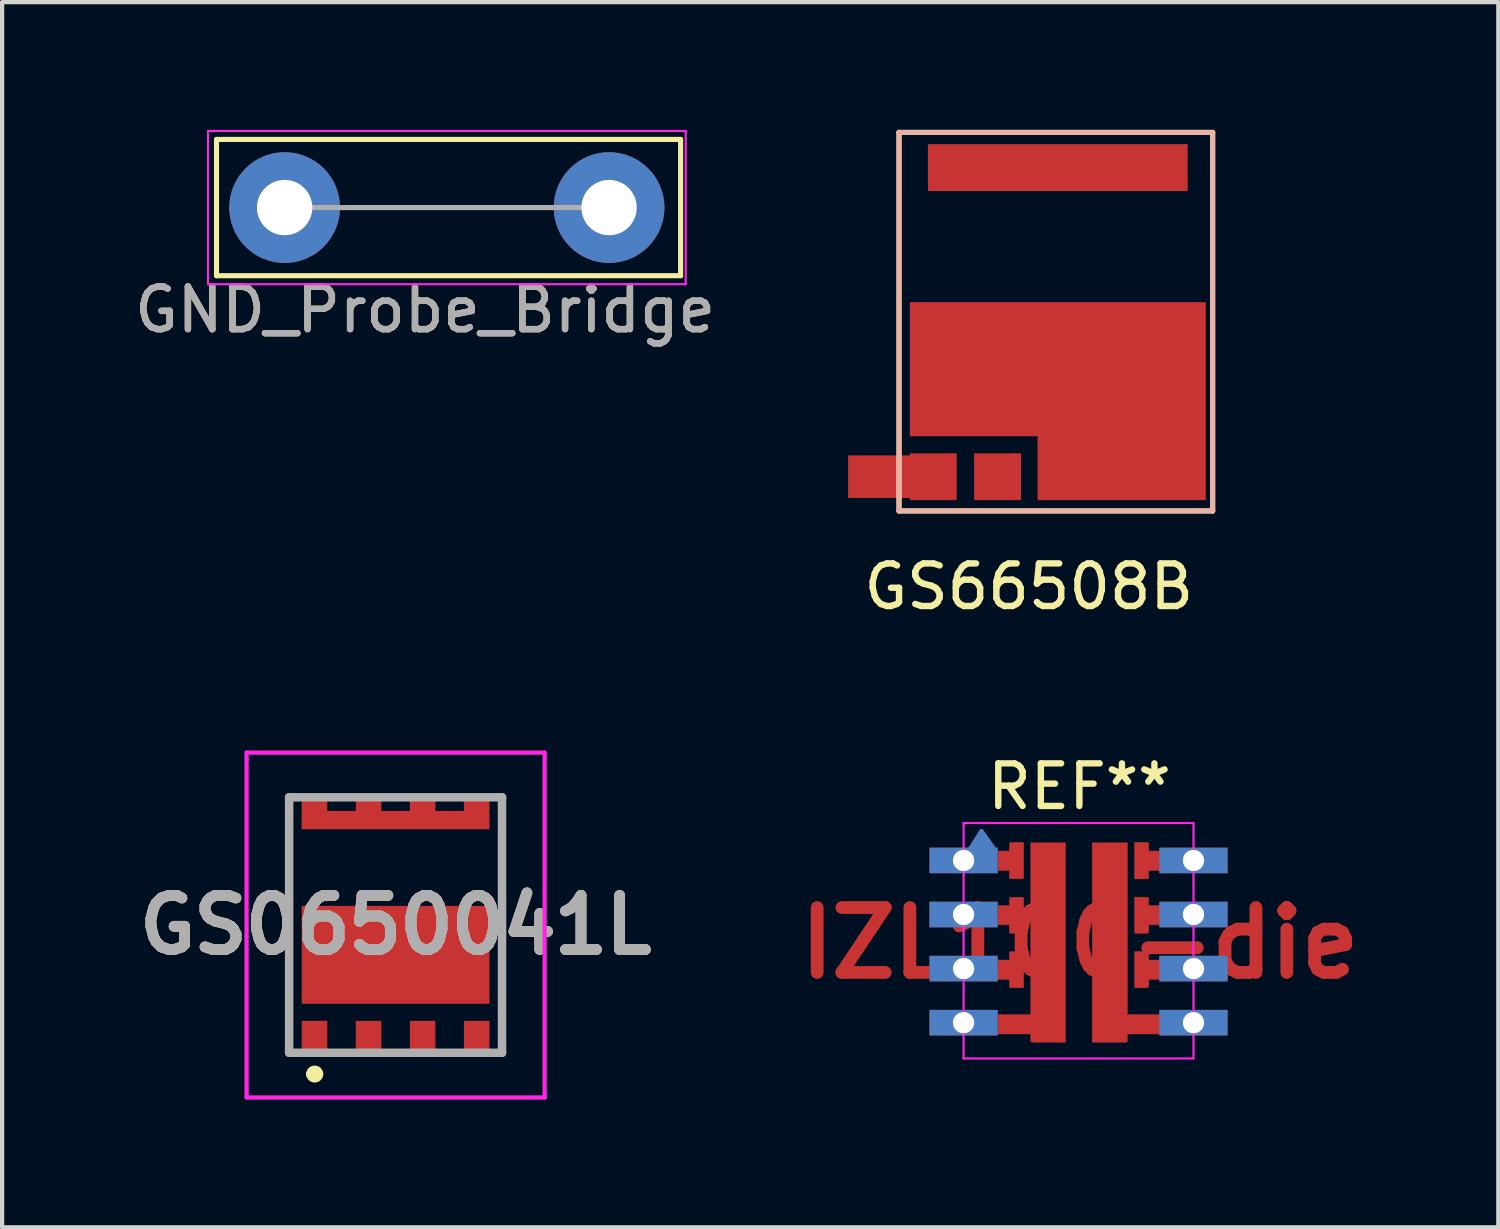
<source format=kicad_pcb>
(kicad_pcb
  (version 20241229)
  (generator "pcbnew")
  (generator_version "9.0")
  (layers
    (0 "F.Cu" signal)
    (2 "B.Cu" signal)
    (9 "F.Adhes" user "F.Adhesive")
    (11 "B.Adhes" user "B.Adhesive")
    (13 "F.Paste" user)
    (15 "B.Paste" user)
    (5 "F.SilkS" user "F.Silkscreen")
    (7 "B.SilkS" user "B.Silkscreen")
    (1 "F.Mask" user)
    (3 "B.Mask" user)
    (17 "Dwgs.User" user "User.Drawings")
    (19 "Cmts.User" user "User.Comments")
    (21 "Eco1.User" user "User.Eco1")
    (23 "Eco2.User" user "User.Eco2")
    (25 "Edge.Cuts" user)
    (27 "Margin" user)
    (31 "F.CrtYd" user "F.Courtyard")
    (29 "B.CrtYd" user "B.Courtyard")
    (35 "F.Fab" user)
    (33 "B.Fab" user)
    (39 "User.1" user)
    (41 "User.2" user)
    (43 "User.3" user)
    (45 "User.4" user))
  (footprint "GS0650041L"
    (layer "F.Cu")
    (at 6.241 18.676)
    (property "Reference" "GS0650041L" (at 0 0 0) (layer "F.SilkS") (effects (font (size 1.27 1.27) (thickness 0.254))))
    (attr smd)
    (fp_poly (pts (xy -1.61 -2.63) (xy 2.132 -2.63) (xy 2.131 -2.33) (xy -2.151 -2.33) (xy -2.15 -2.63)) (stroke (width 0.1) (type solid)) (fill yes) (layer "F.Cu"))
    (fp_poly (pts (xy -2.14 -2.71) (xy 2.18 -2.71) (xy 2.18 -2.31) (xy -2.14 -2.31)) (stroke (width 0.1) (type solid)) (fill yes) (layer "F.Mask"))
    (fp_line (start -2.5 -3) (end -2.5 3) (stroke (width 0.1) (type solid)) (layer "F.SilkS"))
    (fp_line (start -2 3.5) (end -2 3.5) (stroke (width 0.2) (type solid)) (layer "F.SilkS"))
    (fp_line (start -1.8 3.5) (end -1.8 3.5) (stroke (width 0.2) (type solid)) (layer "F.SilkS"))
    (fp_line (start 2.5 -3) (end 2.5 3) (stroke (width 0.1) (type solid)) (layer "F.SilkS"))
    (fp_arc (start -2 3.5) (mid -1.9 3.4) (end -1.8 3.5) (stroke (width 0.2) (type solid)) (layer "F.SilkS"))
    (fp_arc (start -1.8 3.5) (mid -1.9 3.6) (end -2 3.5) (stroke (width 0.2) (type solid)) (layer "F.SilkS"))
    (fp_line (start -3.5 -4.05) (end 3.5 -4.05) (stroke (width 0.1) (type solid)) (layer "F.CrtYd"))
    (fp_line (start -3.5 4.05) (end -3.5 -4.05) (stroke (width 0.1) (type solid)) (layer "F.CrtYd"))
    (fp_line (start 3.5 -4.05) (end 3.5 4.05) (stroke (width 0.1) (type solid)) (layer "F.CrtYd"))
    (fp_line (start 3.5 4.05) (end -3.5 4.05) (stroke (width 0.1) (type solid)) (layer "F.CrtYd"))
    (fp_line (start -2.5 -3) (end 2.5 -3) (stroke (width 0.2) (type solid)) (layer "F.Fab"))
    (fp_line (start -2.5 3) (end -2.5 -3) (stroke (width 0.2) (type solid)) (layer "F.Fab"))
    (fp_line (start 2.5 -3) (end 2.5 3) (stroke (width 0.2) (type solid)) (layer "F.Fab"))
    (fp_line (start 2.5 3) (end -2.5 3) (stroke (width 0.2) (type solid)) (layer "F.Fab"))
    (fp_text user "${REFERENCE}" (at 0 0 0) (layer "F.Fab") (effects (font (size 1.27 1.27) (thickness 0.254))))
    (pad "1" smd rect (at -1.905 2.65) (size 0.6 0.8) (layers "F.Cu" "F.Mask" "F.Paste"))
    (pad "2" smd rect (at -0.635 2.65) (size 0.6 0.8) (layers "F.Cu" "F.Mask" "F.Paste"))
    (pad "3" smd rect (at 0.635 2.65) (size 0.6 0.8) (layers "F.Cu" "F.Mask" "F.Paste"))
    (pad "4" smd rect (at 1.905 2.65) (size 0.6 0.8) (layers "F.Cu" "F.Mask" "F.Paste"))
    (pad "5" smd rect (at -1.905 -2.85 90) (size 0.4 0.6) (layers "F.Cu" "F.Mask" "F.Paste"))
    (pad "5" smd rect (at -0.635 -2.85 90) (size 0.4 0.6) (layers "F.Cu" "F.Mask" "F.Paste"))
    (pad "5" smd rect (at 0 -2.45 90) (size 0.4 4.41) (layers "F.Cu" "F.Mask" "F.Paste"))
    (pad "5" smd rect (at 0.635 -2.85 90) (size 0.4 0.6) (layers "F.Cu" "F.Mask" "F.Paste"))
    (pad "5" smd rect (at 1.905 -2.85 90) (size 0.4 0.6) (layers "F.Cu" "F.Mask" "F.Paste"))
    (pad "6" smd rect (at 0 0.7 90) (size 2.3 4.41) (layers "F.Cu" "F.Mask" "F.Paste")))
  (footprint "GND_Probe_Bridge"
    (layer "F.Cu")
    (at 3.635 1.825)
    (property "Reference" "GND_Probe_Bridge" (at 3.3 2.4 0) (layer "F.SilkS") (effects (font (size 1 1) (thickness 0.15))))
    (attr through_hole)
    (fp_line (start -1.6 -1.6) (end 9.3 -1.6) (stroke (width 0.12) (type solid)) (layer "F.SilkS"))
    (fp_line (start -1.6 1.6) (end -1.6 -1.6) (stroke (width 0.12) (type solid)) (layer "F.SilkS"))
    (fp_line (start 9.3 -1.6) (end 9.3 1.6) (stroke (width 0.12) (type solid)) (layer "F.SilkS"))
    (fp_line (start 9.3 1.6) (end -1.6 1.6) (stroke (width 0.12) (type solid)) (layer "F.SilkS"))
    (fp_line (start -1.8 -1.8) (end -1.8 1.8) (stroke (width 0.05) (type solid)) (layer "F.CrtYd"))
    (fp_line (start -1.8 -1.8) (end 9.42 -1.8) (stroke (width 0.05) (type solid)) (layer "F.CrtYd"))
    (fp_line (start 9.42 1.8) (end -1.8 1.8) (stroke (width 0.05) (type solid)) (layer "F.CrtYd"))
    (fp_line (start 9.42 1.8) (end 9.42 -1.8) (stroke (width 0.05) (type solid)) (layer "F.CrtYd"))
    (fp_line (start 7.62 0) (end 0 0) (stroke (width 0.12) (type solid)) (layer "F.Fab"))
    (fp_text user "${REFERENCE}" (at 3.3 2.4 0) (layer "F.Fab") (effects (font (size 1 1) (thickness 0.15))))
    (pad "1" thru_hole circle (at 0 0) (size 2.6 2.6) (drill 1.3) (layers "*.Cu" "*.Mask"))
    (pad "1" thru_hole circle (at 7.62 0) (size 2.6 2.6) (drill 1.3) (layers "*.Cu" "*.Mask")))
  (footprint "IZL100-die"
    (layer "F.Cu")
    (at 22.311 19.099)
    (property "Reference" "IZL100-die" (at 0 0 0) (layer "F.Cu") (effects (font (size 1.524 1.524) (thickness 0.3))))
    (attr through_hole)
    (fp_poly (pts (xy -0.336 2.33) (xy -0.73 2.329) (xy -0.789 2.329) (xy -0.845 2.329) (xy -0.899 2.329) (xy -0.948 2.328) (xy -0.994 2.328) (xy -1.034 2.328) (xy -1.068 2.328) (xy -1.096 2.327) (xy -1.117 2.327) (xy -1.13 2.327) (xy -1.134 2.327) (xy -1.143 2.321) (xy -1.149 2.313) (xy -1.15 2.305) (xy -1.151 2.29) (xy -1.152 2.269) (xy -1.153 2.244) (xy -1.153 2.219) (xy -1.153 2.136) (xy -1.92 2.136) (xy -1.92 1.68) (xy -1.153 1.68) (xy -1.153 -2.355) (xy -0.336 -2.355) (xy -0.336 2.33)) (stroke (width 0.01) (type solid)) (fill yes) (layer "F.Cu"))
    (fp_poly (pts (xy 1.117 1.68) (xy 1.88 1.68) (xy 1.88 2.136) (xy 1.117 2.136) (xy 1.117 2.216) (xy 1.117 2.25) (xy 1.116 2.277) (xy 1.115 2.296) (xy 1.112 2.31) (xy 1.108 2.318) (xy 1.103 2.324) (xy 1.095 2.327) (xy 1.094 2.327) (xy 1.087 2.327) (xy 1.073 2.328) (xy 1.05 2.328) (xy 1.02 2.329) (xy 0.985 2.329) (xy 0.943 2.329) (xy 0.897 2.329) (xy 0.846 2.33) (xy 0.792 2.33) (xy 0.734 2.33) (xy 0.686 2.33) (xy 0.291 2.33) (xy 0.291 -2.355) (xy 1.117 -2.355) (xy 1.117 1.68)) (stroke (width 0.01) (type solid)) (fill yes) (layer "F.Cu"))
    (fp_poly (pts (xy 1.484 -2.364) (xy 1.518 -2.364) (xy 1.545 -2.364) (xy 1.565 -2.363) (xy 1.581 -2.363) (xy 1.591 -2.362) (xy 1.599 -2.361) (xy 1.604 -2.359) (xy 1.607 -2.357) (xy 1.609 -2.355) (xy 1.612 -2.351) (xy 1.615 -2.347) (xy 1.616 -2.34) (xy 1.617 -2.329) (xy 1.618 -2.314) (xy 1.618 -2.292) (xy 1.618 -2.263) (xy 1.618 -2.253) (xy 1.618 -2.161) (xy 1.88 -2.161) (xy 1.88 -1.705) (xy 1.618 -1.705) (xy 1.618 -1.615) (xy 1.618 -1.584) (xy 1.618 -1.561) (xy 1.617 -1.544) (xy 1.616 -1.532) (xy 1.615 -1.525) (xy 1.613 -1.52) (xy 1.61 -1.516) (xy 1.609 -1.515) (xy 1.607 -1.513) (xy 1.603 -1.511) (xy 1.598 -1.51) (xy 1.59 -1.508) (xy 1.578 -1.508) (xy 1.562 -1.507) (xy 1.541 -1.507) (xy 1.513 -1.507) (xy 1.478 -1.506) (xy 1.442 -1.506) (xy 1.284 -1.506) (xy 1.284 -2.364) (xy 1.442 -2.364) (xy 1.484 -2.364)) (stroke (width 0.01) (type solid)) (fill yes) (layer "F.Cu"))
    (fp_poly (pts (xy -1.4 0.2) (xy -1.373 0.2) (xy -1.352 0.201) (xy -1.337 0.202) (xy -1.33 0.202) (xy -1.32 0.205) (xy -1.32 1.047) (xy -1.33 1.05) (xy -1.337 1.05) (xy -1.351 1.051) (xy -1.372 1.051) (xy -1.398 1.052) (xy -1.428 1.052) (xy -1.459 1.052) (xy -1.492 1.052) (xy -1.525 1.052) (xy -1.555 1.051) (xy -1.583 1.051) (xy -1.606 1.051) (xy -1.623 1.05) (xy -1.633 1.05) (xy -1.635 1.049) (xy -1.644 1.044) (xy -1.649 1.036) (xy -1.651 1.028) (xy -1.652 1.013) (xy -1.653 0.992) (xy -1.654 0.967) (xy -1.654 0.939) (xy -1.654 0.854) (xy -1.92 0.854) (xy -1.92 0.398) (xy -1.654 0.398) (xy -1.654 0.314) (xy -1.654 0.286) (xy -1.653 0.261) (xy -1.653 0.241) (xy -1.652 0.226) (xy -1.651 0.219) (xy -1.644 0.209) (xy -1.632 0.204) (xy -1.623 0.203) (xy -1.607 0.202) (xy -1.585 0.201) (xy -1.558 0.201) (xy -1.528 0.2) (xy -1.495 0.2) (xy -1.462 0.2) (xy -1.43 0.2) (xy -1.4 0.2)) (stroke (width 0.01) (type solid)) (fill yes) (layer "F.Cu"))
    (fp_poly (pts (xy -1.395 -2.363) (xy -1.369 -2.363) (xy -1.35 -2.363) (xy -1.338 -2.362) (xy -1.334 -2.362) (xy -1.32 -2.359) (xy -1.32 -1.512) (xy -1.33 -1.509) (xy -1.337 -1.509) (xy -1.351 -1.508) (xy -1.372 -1.508) (xy -1.398 -1.507) (xy -1.428 -1.507) (xy -1.459 -1.507) (xy -1.492 -1.507) (xy -1.525 -1.507) (xy -1.555 -1.508) (xy -1.583 -1.508) (xy -1.606 -1.508) (xy -1.623 -1.509) (xy -1.633 -1.509) (xy -1.635 -1.51) (xy -1.644 -1.515) (xy -1.649 -1.523) (xy -1.651 -1.531) (xy -1.652 -1.546) (xy -1.653 -1.567) (xy -1.654 -1.592) (xy -1.654 -1.62) (xy -1.654 -1.705) (xy -1.92 -1.705) (xy -1.92 -2.161) (xy -1.654 -2.161) (xy -1.653 -2.255) (xy -1.652 -2.29) (xy -1.651 -2.316) (xy -1.65 -2.335) (xy -1.649 -2.348) (xy -1.647 -2.354) (xy -1.646 -2.356) (xy -1.642 -2.358) (xy -1.634 -2.359) (xy -1.62 -2.36) (xy -1.601 -2.361) (xy -1.575 -2.362) (xy -1.542 -2.362) (xy -1.501 -2.363) (xy -1.494 -2.363) (xy -1.458 -2.363) (xy -1.425 -2.363) (xy -1.395 -2.363)) (stroke (width 0.01) (type solid)) (fill yes) (layer "F.Cu"))
    (fp_poly (pts (xy 1.43 0.2) (xy 1.475 0.2) (xy 1.512 0.2) (xy 1.541 0.201) (xy 1.564 0.202) (xy 1.582 0.203) (xy 1.594 0.206) (xy 1.603 0.209) (xy 1.609 0.213) (xy 1.613 0.217) (xy 1.614 0.22) (xy 1.615 0.228) (xy 1.617 0.244) (xy 1.617 0.265) (xy 1.618 0.29) (xy 1.618 0.315) (xy 1.618 0.398) (xy 1.88 0.398) (xy 1.88 0.854) (xy 1.618 0.854) (xy 1.618 0.935) (xy 1.618 0.97) (xy 1.617 0.997) (xy 1.615 1.017) (xy 1.612 1.031) (xy 1.608 1.04) (xy 1.602 1.046) (xy 1.594 1.049) (xy 1.591 1.05) (xy 1.583 1.05) (xy 1.568 1.051) (xy 1.546 1.051) (xy 1.52 1.052) (xy 1.491 1.052) (xy 1.459 1.052) (xy 1.427 1.052) (xy 1.395 1.052) (xy 1.365 1.052) (xy 1.338 1.051) (xy 1.316 1.051) (xy 1.3 1.05) (xy 1.291 1.05) (xy 1.29 1.05) (xy 1.289 1.047) (xy 1.288 1.042) (xy 1.287 1.032) (xy 1.287 1.017) (xy 1.286 0.998) (xy 1.286 0.973) (xy 1.285 0.942) (xy 1.285 0.904) (xy 1.285 0.86) (xy 1.284 0.808) (xy 1.284 0.749) (xy 1.284 0.681) (xy 1.284 0.623) (xy 1.284 0.2) (xy 1.43 0.2)) (stroke (width 0.01) (type solid)) (fill yes) (layer "F.Cu"))
    (fp_poly (pts (xy 1.469 -1.078) (xy 1.503 -1.077) (xy 1.533 -1.077) (xy 1.559 -1.077) (xy 1.579 -1.076) (xy 1.591 -1.075) (xy 1.595 -1.075) (xy 1.602 -1.072) (xy 1.608 -1.068) (xy 1.612 -1.06) (xy 1.615 -1.047) (xy 1.617 -1.03) (xy 1.618 -1.005) (xy 1.618 -0.973) (xy 1.618 -0.962) (xy 1.618 -0.879) (xy 1.88 -0.879) (xy 1.88 -0.428) (xy 1.618 -0.428) (xy 1.618 -0.345) (xy 1.618 -0.31) (xy 1.617 -0.284) (xy 1.616 -0.264) (xy 1.613 -0.25) (xy 1.609 -0.241) (xy 1.604 -0.236) (xy 1.597 -0.233) (xy 1.595 -0.232) (xy 1.587 -0.231) (xy 1.572 -0.231) (xy 1.55 -0.23) (xy 1.524 -0.23) (xy 1.495 -0.23) (xy 1.463 -0.23) (xy 1.43 -0.23) (xy 1.398 -0.23) (xy 1.368 -0.23) (xy 1.341 -0.23) (xy 1.318 -0.231) (xy 1.301 -0.231) (xy 1.292 -0.232) (xy 1.29 -0.232) (xy 1.289 -0.234) (xy 1.288 -0.24) (xy 1.287 -0.25) (xy 1.287 -0.265) (xy 1.286 -0.284) (xy 1.286 -0.309) (xy 1.285 -0.34) (xy 1.285 -0.378) (xy 1.285 -0.422) (xy 1.284 -0.474) (xy 1.284 -0.533) (xy 1.284 -0.601) (xy 1.284 -0.656) (xy 1.284 -1.078) (xy 1.433 -1.078) (xy 1.469 -1.078)) (stroke (width 0.01) (type solid)) (fill yes) (layer "F.Cu"))
    (fp_poly (pts (xy -1.39 -1.077) (xy -1.365 -1.077) (xy -1.346 -1.076) (xy -1.333 -1.076) (xy -1.33 -1.076) (xy -1.32 -1.073) (xy -1.32 -0.654) (xy -1.32 -0.582) (xy -1.32 -0.52) (xy -1.32 -0.465) (xy -1.32 -0.417) (xy -1.32 -0.376) (xy -1.32 -0.342) (xy -1.321 -0.314) (xy -1.321 -0.291) (xy -1.322 -0.272) (xy -1.322 -0.258) (xy -1.323 -0.248) (xy -1.324 -0.24) (xy -1.325 -0.236) (xy -1.326 -0.233) (xy -1.327 -0.232) (xy -1.333 -0.231) (xy -1.347 -0.231) (xy -1.367 -0.23) (xy -1.392 -0.23) (xy -1.421 -0.23) (xy -1.453 -0.23) (xy -1.486 -0.23) (xy -1.518 -0.23) (xy -1.55 -0.23) (xy -1.578 -0.23) (xy -1.603 -0.231) (xy -1.622 -0.231) (xy -1.635 -0.232) (xy -1.639 -0.232) (xy -1.647 -0.238) (xy -1.651 -0.244) (xy -1.652 -0.252) (xy -1.653 -0.267) (xy -1.653 -0.287) (xy -1.654 -0.312) (xy -1.654 -0.34) (xy -1.654 -0.341) (xy -1.654 -0.428) (xy -1.92 -0.428) (xy -1.92 -0.879) (xy -1.654 -0.879) (xy -1.653 -0.971) (xy -1.652 -1.006) (xy -1.651 -1.031) (xy -1.65 -1.05) (xy -1.648 -1.062) (xy -1.646 -1.069) (xy -1.646 -1.07) (xy -1.642 -1.071) (xy -1.634 -1.073) (xy -1.621 -1.074) (xy -1.602 -1.075) (xy -1.576 -1.076) (xy -1.543 -1.076) (xy -1.502 -1.077) (xy -1.49 -1.077) (xy -1.454 -1.077) (xy -1.42 -1.077) (xy -1.39 -1.077)) (stroke (width 0.01) (type solid)) (fill yes) (layer "F.Cu"))
    (fp_poly (pts (xy -2.57 -2.22) (xy -2.31 -2.63) (xy -2.02 -2.22)) (stroke (width 0.1) (type solid)) (fill yes) (layer "B.Cu"))
    (fp_line (start -2.73 -2.82) (end 2.67 -2.82) (stroke (width 0.05) (type solid)) (layer "F.CrtYd"))
    (fp_line (start -2.73 2.71) (end -2.73 -2.82) (stroke (width 0.05) (type solid)) (layer "F.CrtYd"))
    (fp_line (start -2.73 2.71) (end 2.67 2.71) (stroke (width 0.05) (type solid)) (layer "F.CrtYd"))
    (fp_line (start 2.67 2.71) (end 2.67 -2.82) (stroke (width 0.05) (type solid)) (layer "F.CrtYd"))
    (fp_text user "REF**" (at -0.01 -3.675 0) (layer "F.SilkS") (effects (font (size 1 1) (thickness 0.15))))
    (pad "1" thru_hole rect (at -2.73 -1.94) (size 1.6 0.6) (drill 0.5) (layers "*.Cu" "*.Mask"))
    (pad "2" thru_hole rect (at -2.73 -0.67) (size 1.6 0.6) (drill 0.5) (layers "*.Cu" "*.Mask"))
    (pad "3" thru_hole rect (at -2.73 0.6) (size 1.6 0.6) (drill 0.5) (layers "*.Cu" "*.Mask"))
    (pad "4" thru_hole rect (at -2.73 1.87) (size 1.6 0.6) (drill 0.5) (layers "*.Cu" "*.Mask"))
    (pad "5" thru_hole rect (at 2.67 1.87) (size 1.6 0.6) (drill 0.5) (layers "*.Cu" "*.Mask"))
    (pad "6" thru_hole rect (at 2.67 0.6) (size 1.6 0.6) (drill 0.5) (layers "*.Cu" "*.Mask"))
    (pad "7" thru_hole rect (at 2.67 -0.67) (size 1.6 0.6) (drill 0.5) (layers "*.Cu" "*.Mask"))
    (pad "8" thru_hole rect (at 2.67 -1.94) (size 1.6 0.6) (drill 0.5) (layers "*.Cu" "*.Mask")))
  (footprint "GS66508B"
    (layer "F.Cu")
    (at 18.319 8.696)
    (property "Reference" "GS66508B" (at 2.794 2.032 0) (layer "F.SilkS") (effects (font (size 1 1) (thickness 0.15))))
    (attr through_hole)
    (fp_line (start -0.254 -8.636) (end 7.112 -8.636) (stroke (width 0.12) (type solid)) (layer "F.SilkS"))
    (fp_line (start -0.254 0.254) (end -0.254 -8.636) (stroke (width 0.12) (type solid)) (layer "F.SilkS"))
    (fp_line (start 7.112 -8.636) (end 7.112 0.254) (stroke (width 0.12) (type solid)) (layer "F.SilkS"))
    (fp_line (start 7.112 0.254) (end -0.254 0.254) (stroke (width 0.12) (type solid)) (layer "F.SilkS"))
    (fp_line (start -0.254 -8.636) (end -0.254 0.254) (stroke (width 0.12) (type solid)) (layer "B.SilkS"))
    (fp_line (start -0.254 -8.636) (end 7.112 -8.636) (stroke (width 0.12) (type solid)) (layer "B.SilkS"))
    (fp_line (start 7.112 -8.636) (end 7.112 0.254) (stroke (width 0.12) (type solid)) (layer "B.SilkS"))
    (fp_line (start 7.112 0.254) (end -0.254 0.254) (stroke (width 0.12) (type solid)) (layer "B.SilkS"))
    (pad "1" smd custom (at 3.475 -7.81) (size 1.1 1.1) (layers "F.Cu" "F.Mask" "F.Paste") (options (anchor rect)) (primitives (gr_poly (pts (xy -3.05 -0.55) (xy -3.05 0.55) (xy 3.05 0.55) (xy 3.05 -0.55)) (width 0) (fill yes))))
    (pad "2" smd custom (at 3.5 -0.5 180) (size 1 1) (layers "F.Cu" "F.Mask" "F.Paste") (options (anchor rect)) (primitives (gr_poly (pts (xy 0.5 -0.5) (xy 0.5 1) (xy 3.5 1) (xy 3.5 4.15) (xy -3.45 4.15) (xy -3.45 -0.5)) (width 0) (fill yes))))
    (pad "3" smd custom (at 0.55 -0.55 180) (size 1.1 1.1) (layers "F.Cu" "F.Mask" "F.Paste") (options (anchor rect)) (primitives (gr_poly (pts (xy 2 0.5) (xy 2 -0.5) (xy 0 -0.5) (xy 0 0.5)) (width 0) (fill yes))))
    (pad "4" smd custom (at 2.06 -0.55 180) (size 1.1 1.1) (layers "F.Cu" "F.Mask" "F.Paste") (options (anchor rect)) (primitives)))
  (gr_rect
    (start -3 -3)
    (end 32.14 25.776)
    (stroke (width 0.1) (type default))
    (fill no)
    (layer "Edge.Cuts")))
</source>
